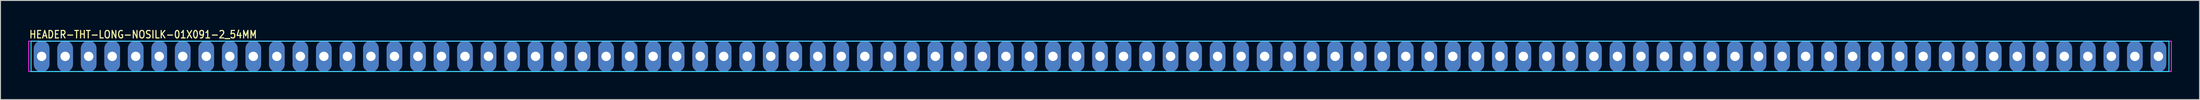
<source format=kicad_pcb>
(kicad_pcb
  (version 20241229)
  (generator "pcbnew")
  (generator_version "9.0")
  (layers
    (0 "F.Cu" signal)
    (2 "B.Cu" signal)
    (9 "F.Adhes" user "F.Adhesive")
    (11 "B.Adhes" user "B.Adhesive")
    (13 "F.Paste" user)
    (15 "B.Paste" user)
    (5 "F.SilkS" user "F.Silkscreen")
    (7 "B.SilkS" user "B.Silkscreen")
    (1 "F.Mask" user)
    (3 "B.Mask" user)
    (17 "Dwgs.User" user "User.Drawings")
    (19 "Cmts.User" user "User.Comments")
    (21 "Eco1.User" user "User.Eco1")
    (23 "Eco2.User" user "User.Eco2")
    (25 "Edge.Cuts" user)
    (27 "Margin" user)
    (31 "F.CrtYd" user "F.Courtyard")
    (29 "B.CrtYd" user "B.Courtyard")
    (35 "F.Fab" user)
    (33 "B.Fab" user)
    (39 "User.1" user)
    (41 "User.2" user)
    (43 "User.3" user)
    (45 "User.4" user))
  (footprint "HEADER-THT-LONG-NOSILK-01X091-2_54MM"
    (layer "F.Cu")
    (at 1.447 3.079)
    (property "Reference" "HEADER-THT-LONG-NOSILK-01X091-2_54MM" (at -1.4 -1.9 0) (unlocked yes) (layer "F.SilkS") (effects (font (size 0.813 0.695) (thickness 0.122)) (justify left bottom)))
    (fp_poly (pts (xy -1.143 -1.651) (xy 229.743 -1.651) (xy 229.743 1.651) (xy -1.143 1.651)) (stroke (width 0.1) (type solid)) (fill no) (layer "B.CrtYd"))
    (fp_poly (pts (xy -1.397 -1.651) (xy 229.997 -1.651) (xy 229.997 1.651) (xy -1.397 1.651)) (stroke (width 0.1) (type solid)) (fill no) (layer "F.CrtYd"))
    (pad "1" thru_hole oval (at 0 0 90) (size 3.387 1.693) (drill 1.016) (layers "*.Cu" "*.Mask"))
    (pad "2" thru_hole oval (at 2.54 0 90) (size 3.387 1.693) (drill 1.016) (layers "*.Cu" "*.Mask"))
    (pad "3" thru_hole oval (at 5.08 0 90) (size 3.387 1.693) (drill 1.016) (layers "*.Cu" "*.Mask"))
    (pad "4" thru_hole oval (at 7.62 0 90) (size 3.387 1.693) (drill 1.016) (layers "*.Cu" "*.Mask"))
    (pad "5" thru_hole oval (at 10.16 0 90) (size 3.387 1.693) (drill 1.016) (layers "*.Cu" "*.Mask"))
    (pad "6" thru_hole oval (at 12.7 0 90) (size 3.387 1.693) (drill 1.016) (layers "*.Cu" "*.Mask"))
    (pad "7" thru_hole oval (at 15.24 0 90) (size 3.387 1.693) (drill 1.016) (layers "*.Cu" "*.Mask"))
    (pad "8" thru_hole oval (at 17.78 0 90) (size 3.387 1.693) (drill 1.016) (layers "*.Cu" "*.Mask"))
    (pad "9" thru_hole oval (at 20.32 0 90) (size 3.387 1.693) (drill 1.016) (layers "*.Cu" "*.Mask"))
    (pad "10" thru_hole oval (at 22.86 0 90) (size 3.387 1.693) (drill 1.016) (layers "*.Cu" "*.Mask"))
    (pad "11" thru_hole oval (at 25.4 0 90) (size 3.387 1.693) (drill 1.016) (layers "*.Cu" "*.Mask"))
    (pad "12" thru_hole oval (at 27.94 0 90) (size 3.387 1.693) (drill 1.016) (layers "*.Cu" "*.Mask"))
    (pad "13" thru_hole oval (at 30.48 0 90) (size 3.387 1.693) (drill 1.016) (layers "*.Cu" "*.Mask"))
    (pad "14" thru_hole oval (at 33.02 0 90) (size 3.387 1.693) (drill 1.016) (layers "*.Cu" "*.Mask"))
    (pad "15" thru_hole oval (at 35.56 0 90) (size 3.387 1.693) (drill 1.016) (layers "*.Cu" "*.Mask"))
    (pad "16" thru_hole oval (at 38.1 0 90) (size 3.387 1.693) (drill 1.016) (layers "*.Cu" "*.Mask"))
    (pad "17" thru_hole oval (at 40.64 0 90) (size 3.387 1.693) (drill 1.016) (layers "*.Cu" "*.Mask"))
    (pad "18" thru_hole oval (at 43.18 0 90) (size 3.387 1.693) (drill 1.016) (layers "*.Cu" "*.Mask"))
    (pad "19" thru_hole oval (at 45.72 0 90) (size 3.387 1.693) (drill 1.016) (layers "*.Cu" "*.Mask"))
    (pad "20" thru_hole oval (at 48.26 0 90) (size 3.387 1.693) (drill 1.016) (layers "*.Cu" "*.Mask"))
    (pad "21" thru_hole oval (at 50.8 0 90) (size 3.387 1.693) (drill 1.016) (layers "*.Cu" "*.Mask"))
    (pad "22" thru_hole oval (at 53.34 0 90) (size 3.387 1.693) (drill 1.016) (layers "*.Cu" "*.Mask"))
    (pad "23" thru_hole oval (at 55.88 0 90) (size 3.387 1.693) (drill 1.016) (layers "*.Cu" "*.Mask"))
    (pad "24" thru_hole oval (at 58.42 0 90) (size 3.387 1.693) (drill 1.016) (layers "*.Cu" "*.Mask"))
    (pad "25" thru_hole oval (at 60.96 0 90) (size 3.387 1.693) (drill 1.016) (layers "*.Cu" "*.Mask"))
    (pad "26" thru_hole oval (at 63.5 0 90) (size 3.387 1.693) (drill 1.016) (layers "*.Cu" "*.Mask"))
    (pad "27" thru_hole oval (at 66.04 0 90) (size 3.387 1.693) (drill 1.016) (layers "*.Cu" "*.Mask"))
    (pad "28" thru_hole oval (at 68.58 0 90) (size 3.387 1.693) (drill 1.016) (layers "*.Cu" "*.Mask"))
    (pad "29" thru_hole oval (at 71.12 0 90) (size 3.387 1.693) (drill 1.016) (layers "*.Cu" "*.Mask"))
    (pad "30" thru_hole oval (at 73.66 0 90) (size 3.387 1.693) (drill 1.016) (layers "*.Cu" "*.Mask"))
    (pad "31" thru_hole oval (at 76.2 0 90) (size 3.387 1.693) (drill 1.016) (layers "*.Cu" "*.Mask"))
    (pad "32" thru_hole oval (at 78.74 0 90) (size 3.387 1.693) (drill 1.016) (layers "*.Cu" "*.Mask"))
    (pad "33" thru_hole oval (at 81.28 0 90) (size 3.387 1.693) (drill 1.016) (layers "*.Cu" "*.Mask"))
    (pad "34" thru_hole oval (at 83.82 0 90) (size 3.387 1.693) (drill 1.016) (layers "*.Cu" "*.Mask"))
    (pad "35" thru_hole oval (at 86.36 0 90) (size 3.387 1.693) (drill 1.016) (layers "*.Cu" "*.Mask"))
    (pad "36" thru_hole oval (at 88.9 0 90) (size 3.387 1.693) (drill 1.016) (layers "*.Cu" "*.Mask"))
    (pad "37" thru_hole oval (at 91.44 0 90) (size 3.387 1.693) (drill 1.016) (layers "*.Cu" "*.Mask"))
    (pad "38" thru_hole oval (at 93.98 0 90) (size 3.387 1.693) (drill 1.016) (layers "*.Cu" "*.Mask"))
    (pad "39" thru_hole oval (at 96.52 0 90) (size 3.387 1.693) (drill 1.016) (layers "*.Cu" "*.Mask"))
    (pad "40" thru_hole oval (at 99.06 0 90) (size 3.387 1.693) (drill 1.016) (layers "*.Cu" "*.Mask"))
    (pad "41" thru_hole oval (at 101.6 0 90) (size 3.387 1.693) (drill 1.016) (layers "*.Cu" "*.Mask"))
    (pad "42" thru_hole oval (at 104.14 0 90) (size 3.387 1.693) (drill 1.016) (layers "*.Cu" "*.Mask"))
    (pad "43" thru_hole oval (at 106.68 0 90) (size 3.387 1.693) (drill 1.016) (layers "*.Cu" "*.Mask"))
    (pad "44" thru_hole oval (at 109.22 0 90) (size 3.387 1.693) (drill 1.016) (layers "*.Cu" "*.Mask"))
    (pad "45" thru_hole oval (at 111.76 0 90) (size 3.387 1.693) (drill 1.016) (layers "*.Cu" "*.Mask"))
    (pad "46" thru_hole oval (at 114.3 0 90) (size 3.387 1.693) (drill 1.016) (layers "*.Cu" "*.Mask"))
    (pad "47" thru_hole oval (at 116.84 0 90) (size 3.387 1.693) (drill 1.016) (layers "*.Cu" "*.Mask"))
    (pad "48" thru_hole oval (at 119.38 0 90) (size 3.387 1.693) (drill 1.016) (layers "*.Cu" "*.Mask"))
    (pad "49" thru_hole oval (at 121.92 0 90) (size 3.387 1.693) (drill 1.016) (layers "*.Cu" "*.Mask"))
    (pad "50" thru_hole oval (at 124.46 0 90) (size 3.387 1.693) (drill 1.016) (layers "*.Cu" "*.Mask"))
    (pad "51" thru_hole oval (at 127 0 90) (size 3.387 1.693) (drill 1.016) (layers "*.Cu" "*.Mask"))
    (pad "52" thru_hole oval (at 129.54 0 90) (size 3.387 1.693) (drill 1.016) (layers "*.Cu" "*.Mask"))
    (pad "53" thru_hole oval (at 132.08 0 90) (size 3.387 1.693) (drill 1.016) (layers "*.Cu" "*.Mask"))
    (pad "54" thru_hole oval (at 134.62 0 90) (size 3.387 1.693) (drill 1.016) (layers "*.Cu" "*.Mask"))
    (pad "55" thru_hole oval (at 137.16 0 90) (size 3.387 1.693) (drill 1.016) (layers "*.Cu" "*.Mask"))
    (pad "56" thru_hole oval (at 139.7 0 90) (size 3.387 1.693) (drill 1.016) (layers "*.Cu" "*.Mask"))
    (pad "57" thru_hole oval (at 142.24 0 90) (size 3.387 1.693) (drill 1.016) (layers "*.Cu" "*.Mask"))
    (pad "58" thru_hole oval (at 144.78 0 90) (size 3.387 1.693) (drill 1.016) (layers "*.Cu" "*.Mask"))
    (pad "59" thru_hole oval (at 147.32 0 90) (size 3.387 1.693) (drill 1.016) (layers "*.Cu" "*.Mask"))
    (pad "60" thru_hole oval (at 149.86 0 90) (size 3.387 1.693) (drill 1.016) (layers "*.Cu" "*.Mask"))
    (pad "61" thru_hole oval (at 152.4 0 90) (size 3.387 1.693) (drill 1.016) (layers "*.Cu" "*.Mask"))
    (pad "62" thru_hole oval (at 154.94 0 90) (size 3.387 1.693) (drill 1.016) (layers "*.Cu" "*.Mask"))
    (pad "63" thru_hole oval (at 157.48 0 90) (size 3.387 1.693) (drill 1.016) (layers "*.Cu" "*.Mask"))
    (pad "64" thru_hole oval (at 160.02 0 90) (size 3.387 1.693) (drill 1.016) (layers "*.Cu" "*.Mask"))
    (pad "65" thru_hole oval (at 162.56 0 90) (size 3.387 1.693) (drill 1.016) (layers "*.Cu" "*.Mask"))
    (pad "66" thru_hole oval (at 165.1 0 90) (size 3.387 1.693) (drill 1.016) (layers "*.Cu" "*.Mask"))
    (pad "67" thru_hole oval (at 167.64 0 90) (size 3.387 1.693) (drill 1.016) (layers "*.Cu" "*.Mask"))
    (pad "68" thru_hole oval (at 170.18 0 90) (size 3.387 1.693) (drill 1.016) (layers "*.Cu" "*.Mask"))
    (pad "69" thru_hole oval (at 172.72 0 90) (size 3.387 1.693) (drill 1.016) (layers "*.Cu" "*.Mask"))
    (pad "70" thru_hole oval (at 175.26 0 90) (size 3.387 1.693) (drill 1.016) (layers "*.Cu" "*.Mask"))
    (pad "71" thru_hole oval (at 177.8 0 90) (size 3.387 1.693) (drill 1.016) (layers "*.Cu" "*.Mask"))
    (pad "72" thru_hole oval (at 180.34 0 90) (size 3.387 1.693) (drill 1.016) (layers "*.Cu" "*.Mask"))
    (pad "73" thru_hole oval (at 182.88 0 90) (size 3.387 1.693) (drill 1.016) (layers "*.Cu" "*.Mask"))
    (pad "74" thru_hole oval (at 185.42 0 90) (size 3.387 1.693) (drill 1.016) (layers "*.Cu" "*.Mask"))
    (pad "75" thru_hole oval (at 187.96 0 90) (size 3.387 1.693) (drill 1.016) (layers "*.Cu" "*.Mask"))
    (pad "76" thru_hole oval (at 190.5 0 90) (size 3.387 1.693) (drill 1.016) (layers "*.Cu" "*.Mask"))
    (pad "77" thru_hole oval (at 193.04 0 90) (size 3.387 1.693) (drill 1.016) (layers "*.Cu" "*.Mask"))
    (pad "78" thru_hole oval (at 195.58 0 90) (size 3.387 1.693) (drill 1.016) (layers "*.Cu" "*.Mask"))
    (pad "79" thru_hole oval (at 198.12 0 90) (size 3.387 1.693) (drill 1.016) (layers "*.Cu" "*.Mask"))
    (pad "80" thru_hole oval (at 200.66 0 90) (size 3.387 1.693) (drill 1.016) (layers "*.Cu" "*.Mask"))
    (pad "81" thru_hole oval (at 203.2 0 90) (size 3.387 1.693) (drill 1.016) (layers "*.Cu" "*.Mask"))
    (pad "82" thru_hole oval (at 205.74 0 90) (size 3.387 1.693) (drill 1.016) (layers "*.Cu" "*.Mask"))
    (pad "83" thru_hole oval (at 208.28 0 90) (size 3.387 1.693) (drill 1.016) (layers "*.Cu" "*.Mask"))
    (pad "84" thru_hole oval (at 210.82 0 90) (size 3.387 1.693) (drill 1.016) (layers "*.Cu" "*.Mask"))
    (pad "85" thru_hole oval (at 213.36 0 90) (size 3.387 1.693) (drill 1.016) (layers "*.Cu" "*.Mask"))
    (pad "86" thru_hole oval (at 215.9 0 90) (size 3.387 1.693) (drill 1.016) (layers "*.Cu" "*.Mask"))
    (pad "87" thru_hole oval (at 218.44 0 90) (size 3.387 1.693) (drill 1.016) (layers "*.Cu" "*.Mask"))
    (pad "88" thru_hole oval (at 220.98 0 90) (size 3.387 1.693) (drill 1.016) (layers "*.Cu" "*.Mask"))
    (pad "89" thru_hole oval (at 223.52 0 90) (size 3.387 1.693) (drill 1.016) (layers "*.Cu" "*.Mask"))
    (pad "90" thru_hole oval (at 226.06 0 90) (size 3.387 1.693) (drill 1.016) (layers "*.Cu" "*.Mask"))
    (pad "91" thru_hole oval (at 228.6 0 90) (size 3.387 1.693) (drill 1.016) (layers "*.Cu" "*.Mask")))
  (gr_rect
    (start -3 -3)
    (end 234.494 7.78)
    (stroke (width 0.1) (type default))
    (fill no)
    (layer "Edge.Cuts")))
</source>
